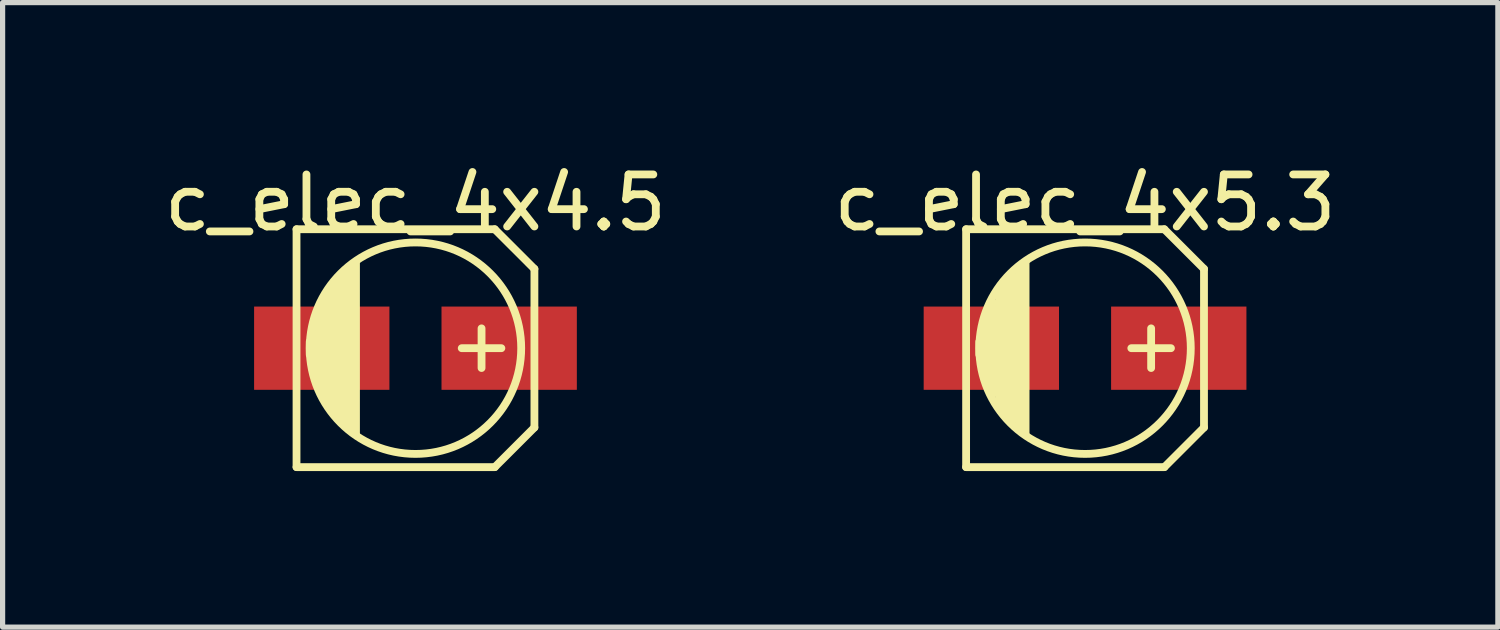
<source format=kicad_pcb>
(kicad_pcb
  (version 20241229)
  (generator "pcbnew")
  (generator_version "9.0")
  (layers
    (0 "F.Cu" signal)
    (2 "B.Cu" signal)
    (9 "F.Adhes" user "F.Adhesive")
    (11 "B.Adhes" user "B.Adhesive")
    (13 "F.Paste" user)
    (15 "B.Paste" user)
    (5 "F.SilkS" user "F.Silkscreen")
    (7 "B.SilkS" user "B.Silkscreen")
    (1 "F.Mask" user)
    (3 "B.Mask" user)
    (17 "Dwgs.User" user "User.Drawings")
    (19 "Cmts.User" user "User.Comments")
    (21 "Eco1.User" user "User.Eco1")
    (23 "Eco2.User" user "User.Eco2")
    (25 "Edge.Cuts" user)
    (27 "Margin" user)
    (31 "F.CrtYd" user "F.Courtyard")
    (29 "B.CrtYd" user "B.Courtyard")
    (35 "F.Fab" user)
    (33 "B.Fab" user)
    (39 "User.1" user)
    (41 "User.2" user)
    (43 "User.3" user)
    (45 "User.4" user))
  (footprint "c_elec_4x5.3"
    (layer "F.Cu")
    (at 17.804 3.642)
    (property "Reference" "c_elec_4x5.3" (at 0 -2.794 0) (layer "F.SilkS") (effects (font (size 1 1) (thickness 0.15))))
    (attr through_hole)
    (fp_line (start -2.286 -2.286) (end -2.286 2.286) (stroke (width 0.15) (type solid)) (layer "F.SilkS"))
    (fp_line (start -2.032 0.127) (end -2.032 -0.127) (stroke (width 0.15) (type solid)) (layer "F.SilkS"))
    (fp_line (start -1.905 -0.635) (end -1.905 0.635) (stroke (width 0.15) (type solid)) (layer "F.SilkS"))
    (fp_line (start -1.778 0.889) (end -1.778 -0.889) (stroke (width 0.15) (type solid)) (layer "F.SilkS"))
    (fp_line (start -1.651 1.143) (end -1.651 -1.143) (stroke (width 0.15) (type solid)) (layer "F.SilkS"))
    (fp_line (start -1.524 -1.27) (end -1.524 1.27) (stroke (width 0.15) (type solid)) (layer "F.SilkS"))
    (fp_line (start -1.397 1.397) (end -1.397 -1.397) (stroke (width 0.15) (type solid)) (layer "F.SilkS"))
    (fp_line (start -1.27 -1.524) (end -1.27 1.524) (stroke (width 0.15) (type solid)) (layer "F.SilkS"))
    (fp_line (start -1.143 -1.651) (end -1.143 1.651) (stroke (width 0.15) (type solid)) (layer "F.SilkS"))
    (fp_line (start 1.27 -0.381) (end 1.27 0.381) (stroke (width 0.15) (type solid)) (layer "F.SilkS"))
    (fp_line (start 1.524 -2.286) (end -2.286 -2.286) (stroke (width 0.15) (type solid)) (layer "F.SilkS"))
    (fp_line (start 1.524 -2.286) (end 2.286 -1.524) (stroke (width 0.15) (type solid)) (layer "F.SilkS"))
    (fp_line (start 1.524 2.286) (end -2.286 2.286) (stroke (width 0.15) (type solid)) (layer "F.SilkS"))
    (fp_line (start 1.524 2.286) (end 2.286 1.524) (stroke (width 0.15) (type solid)) (layer "F.SilkS"))
    (fp_line (start 1.651 0) (end 0.889 0) (stroke (width 0.15) (type solid)) (layer "F.SilkS"))
    (fp_line (start 2.286 -1.524) (end 2.286 1.524) (stroke (width 0.15) (type solid)) (layer "F.SilkS"))
    (fp_circle (center 0 0) (end -2.032 0) (stroke (width 0.15) (type solid)) (fill no) (layer "F.SilkS"))
    (pad "1" smd rect (at 1.801 0) (size 2.601 1.6) (layers "F.Cu" "F.Mask" "F.Paste"))
    (pad "2" smd rect (at -1.801 0) (size 2.601 1.6) (layers "F.Cu" "F.Mask" "F.Paste")))
  (footprint "c_elec_4x4.5"
    (layer "F.Cu")
    (at 4.935 3.642)
    (property "Reference" "c_elec_4x4.5" (at 0 -2.794 0) (layer "F.SilkS") (effects (font (size 1 1) (thickness 0.15))))
    (attr through_hole)
    (fp_line (start -2.286 -2.286) (end -2.286 2.286) (stroke (width 0.15) (type solid)) (layer "F.SilkS"))
    (fp_line (start -2.032 0.127) (end -2.032 -0.127) (stroke (width 0.15) (type solid)) (layer "F.SilkS"))
    (fp_line (start -1.905 -0.635) (end -1.905 0.635) (stroke (width 0.15) (type solid)) (layer "F.SilkS"))
    (fp_line (start -1.778 0.889) (end -1.778 -0.889) (stroke (width 0.15) (type solid)) (layer "F.SilkS"))
    (fp_line (start -1.651 1.143) (end -1.651 -1.143) (stroke (width 0.15) (type solid)) (layer "F.SilkS"))
    (fp_line (start -1.524 -1.27) (end -1.524 1.27) (stroke (width 0.15) (type solid)) (layer "F.SilkS"))
    (fp_line (start -1.397 1.397) (end -1.397 -1.397) (stroke (width 0.15) (type solid)) (layer "F.SilkS"))
    (fp_line (start -1.27 -1.524) (end -1.27 1.524) (stroke (width 0.15) (type solid)) (layer "F.SilkS"))
    (fp_line (start -1.143 -1.651) (end -1.143 1.651) (stroke (width 0.15) (type solid)) (layer "F.SilkS"))
    (fp_line (start 1.27 -0.381) (end 1.27 0.381) (stroke (width 0.15) (type solid)) (layer "F.SilkS"))
    (fp_line (start 1.524 -2.286) (end -2.286 -2.286) (stroke (width 0.15) (type solid)) (layer "F.SilkS"))
    (fp_line (start 1.524 -2.286) (end 2.286 -1.524) (stroke (width 0.15) (type solid)) (layer "F.SilkS"))
    (fp_line (start 1.524 2.286) (end -2.286 2.286) (stroke (width 0.15) (type solid)) (layer "F.SilkS"))
    (fp_line (start 1.524 2.286) (end 2.286 1.524) (stroke (width 0.15) (type solid)) (layer "F.SilkS"))
    (fp_line (start 1.651 0) (end 0.889 0) (stroke (width 0.15) (type solid)) (layer "F.SilkS"))
    (fp_line (start 2.286 -1.524) (end 2.286 1.524) (stroke (width 0.15) (type solid)) (layer "F.SilkS"))
    (fp_circle (center 0 0) (end -2.032 0) (stroke (width 0.15) (type solid)) (fill no) (layer "F.SilkS"))
    (pad "1" smd rect (at 1.801 0) (size 2.601 1.6) (layers "F.Cu" "F.Mask" "F.Paste"))
    (pad "2" smd rect (at -1.801 0) (size 2.601 1.6) (layers "F.Cu" "F.Mask" "F.Paste")))
  (gr_rect
    (start -3 -3)
    (end 25.738 9.003)
    (stroke (width 0.1) (type default))
    (fill no)
    (layer "Edge.Cuts")))
</source>
